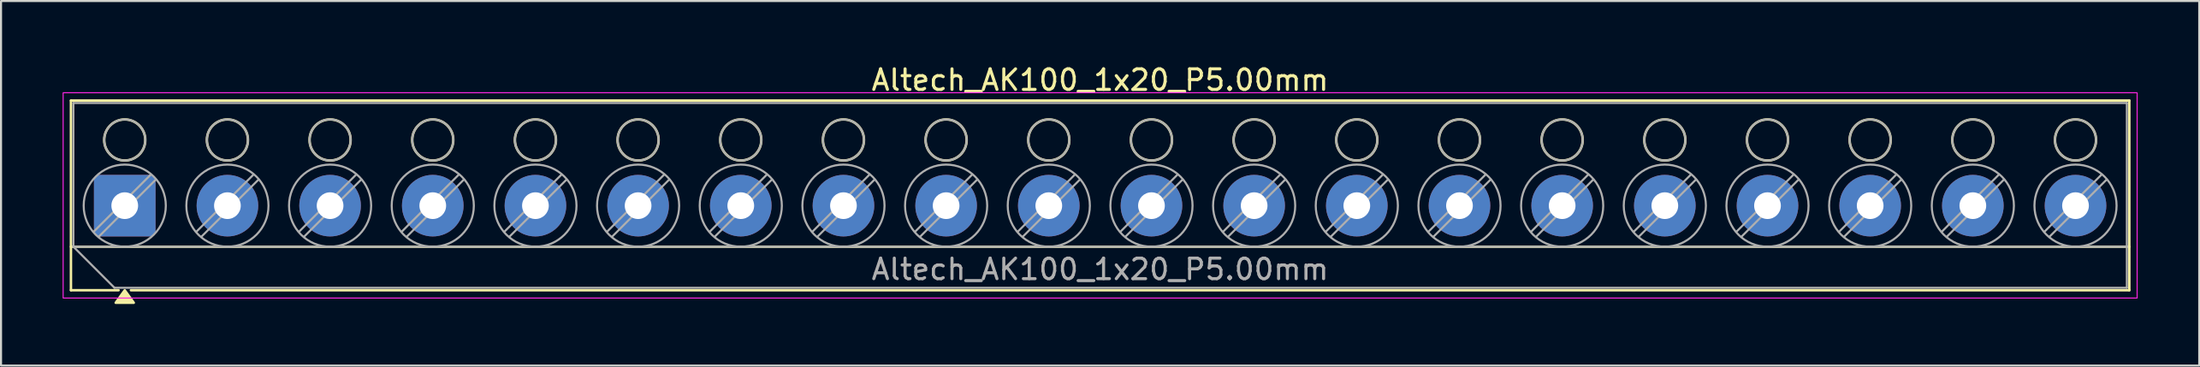
<source format=kicad_pcb>
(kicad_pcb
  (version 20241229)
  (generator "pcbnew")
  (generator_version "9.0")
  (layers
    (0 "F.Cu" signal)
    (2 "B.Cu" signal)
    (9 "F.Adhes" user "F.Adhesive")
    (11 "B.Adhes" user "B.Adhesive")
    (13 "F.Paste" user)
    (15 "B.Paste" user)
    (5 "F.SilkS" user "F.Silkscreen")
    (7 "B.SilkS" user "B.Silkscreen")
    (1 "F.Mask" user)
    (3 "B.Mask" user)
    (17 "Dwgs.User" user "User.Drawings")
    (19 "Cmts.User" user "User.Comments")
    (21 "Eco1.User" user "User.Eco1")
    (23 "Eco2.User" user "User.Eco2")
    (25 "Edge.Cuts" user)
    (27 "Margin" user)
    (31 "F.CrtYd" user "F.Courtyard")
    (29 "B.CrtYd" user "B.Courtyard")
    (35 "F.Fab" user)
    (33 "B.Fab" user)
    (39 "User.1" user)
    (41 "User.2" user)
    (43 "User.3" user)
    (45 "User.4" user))
  (footprint "Altech_AK100_1x20_P5.00mm"
    (layer "F.Cu")
    (at 3.025 6.968)
    (property "Reference" "Altech_AK100_1x20_P5.00mm" (at 47.5 -6.12 0) (layer "F.SilkS") (effects (font (size 1 1) (thickness 0.15))))
    (attr through_hole)
    (fp_line (start -2.62 -5.12) (end 97.62 -5.12) (stroke (width 0.12) (type solid)) (layer "F.SilkS"))
    (fp_line (start -2.62 2) (end 97.62 2) (stroke (width 0.12) (type solid)) (layer "F.SilkS"))
    (fp_line (start -2.62 4.12) (end -2.62 -5.12) (stroke (width 0.12) (type solid)) (layer "F.SilkS"))
    (fp_line (start -0.3 4.12) (end -2.62 4.12) (stroke (width 0.12) (type solid)) (layer "F.SilkS"))
    (fp_line (start 97.62 -5.12) (end 97.62 4.12) (stroke (width 0.12) (type solid)) (layer "F.SilkS"))
    (fp_line (start 97.62 4.12) (end 0.3 4.12) (stroke (width 0.12) (type solid)) (layer "F.SilkS"))
    (fp_circle (center 0 -3.2) (end 1 -3.2) (stroke (width 0.12) (type solid)) (fill no) (layer "F.SilkS"))
    (fp_circle (center 5 -3.2) (end 6 -3.2) (stroke (width 0.12) (type solid)) (fill no) (layer "F.SilkS"))
    (fp_circle (center 10 -3.2) (end 11 -3.2) (stroke (width 0.12) (type solid)) (fill no) (layer "F.SilkS"))
    (fp_circle (center 15 -3.2) (end 16 -3.2) (stroke (width 0.12) (type solid)) (fill no) (layer "F.SilkS"))
    (fp_circle (center 20 -3.2) (end 21 -3.2) (stroke (width 0.12) (type solid)) (fill no) (layer "F.SilkS"))
    (fp_circle (center 25 -3.2) (end 26 -3.2) (stroke (width 0.12) (type solid)) (fill no) (layer "F.SilkS"))
    (fp_circle (center 30 -3.2) (end 31 -3.2) (stroke (width 0.12) (type solid)) (fill no) (layer "F.SilkS"))
    (fp_circle (center 35 -3.2) (end 36 -3.2) (stroke (width 0.12) (type solid)) (fill no) (layer "F.SilkS"))
    (fp_circle (center 40 -3.2) (end 41 -3.2) (stroke (width 0.12) (type solid)) (fill no) (layer "F.SilkS"))
    (fp_circle (center 45 -3.2) (end 46 -3.2) (stroke (width 0.12) (type solid)) (fill no) (layer "F.SilkS"))
    (fp_circle (center 50 -3.2) (end 51 -3.2) (stroke (width 0.12) (type solid)) (fill no) (layer "F.SilkS"))
    (fp_circle (center 55 -3.2) (end 56 -3.2) (stroke (width 0.12) (type solid)) (fill no) (layer "F.SilkS"))
    (fp_circle (center 60 -3.2) (end 61 -3.2) (stroke (width 0.12) (type solid)) (fill no) (layer "F.SilkS"))
    (fp_circle (center 65 -3.2) (end 66 -3.2) (stroke (width 0.12) (type solid)) (fill no) (layer "F.SilkS"))
    (fp_circle (center 70 -3.2) (end 71 -3.2) (stroke (width 0.12) (type solid)) (fill no) (layer "F.SilkS"))
    (fp_circle (center 75 -3.2) (end 76 -3.2) (stroke (width 0.12) (type solid)) (fill no) (layer "F.SilkS"))
    (fp_circle (center 80 -3.2) (end 81 -3.2) (stroke (width 0.12) (type solid)) (fill no) (layer "F.SilkS"))
    (fp_circle (center 85 -3.2) (end 86 -3.2) (stroke (width 0.12) (type solid)) (fill no) (layer "F.SilkS"))
    (fp_circle (center 90 -3.2) (end 91 -3.2) (stroke (width 0.12) (type solid)) (fill no) (layer "F.SilkS"))
    (fp_circle (center 95 -3.2) (end 96 -3.2) (stroke (width 0.12) (type solid)) (fill no) (layer "F.SilkS"))
    (fp_poly (pts (xy 0 4.12) (xy 0.44 4.73) (xy -0.44 4.73)) (stroke (width 0.12) (type solid)) (fill yes) (layer "F.SilkS"))
    (fp_rect (start -3 -5.5) (end 98 4.5) (stroke (width 0.05) (type solid)) (fill no) (layer "F.CrtYd"))
    (fp_line (start -2.5 -5) (end 97.5 -5) (stroke (width 0.1) (type solid)) (layer "F.Fab"))
    (fp_line (start -2.5 2) (end -2.5 -5) (stroke (width 0.1) (type solid)) (layer "F.Fab"))
    (fp_line (start -2.5 2) (end 97.5 2) (stroke (width 0.1) (type solid)) (layer "F.Fab"))
    (fp_line (start -0.5 4) (end -2.5 2) (stroke (width 0.1) (type solid)) (layer "F.Fab"))
    (fp_line (start 1.273 -1.517) (end -1.517 1.273) (stroke (width 0.1) (type solid)) (layer "F.Fab"))
    (fp_line (start 1.517 -1.273) (end -1.273 1.517) (stroke (width 0.1) (type solid)) (layer "F.Fab"))
    (fp_line (start 6.273 -1.517) (end 3.483 1.273) (stroke (width 0.1) (type solid)) (layer "F.Fab"))
    (fp_line (start 6.517 -1.273) (end 3.727 1.517) (stroke (width 0.1) (type solid)) (layer "F.Fab"))
    (fp_line (start 11.273 -1.517) (end 8.483 1.273) (stroke (width 0.1) (type solid)) (layer "F.Fab"))
    (fp_line (start 11.517 -1.273) (end 8.727 1.517) (stroke (width 0.1) (type solid)) (layer "F.Fab"))
    (fp_line (start 16.273 -1.517) (end 13.483 1.273) (stroke (width 0.1) (type solid)) (layer "F.Fab"))
    (fp_line (start 16.517 -1.273) (end 13.727 1.517) (stroke (width 0.1) (type solid)) (layer "F.Fab"))
    (fp_line (start 21.273 -1.517) (end 18.483 1.273) (stroke (width 0.1) (type solid)) (layer "F.Fab"))
    (fp_line (start 21.517 -1.273) (end 18.727 1.517) (stroke (width 0.1) (type solid)) (layer "F.Fab"))
    (fp_line (start 26.273 -1.517) (end 23.483 1.273) (stroke (width 0.1) (type solid)) (layer "F.Fab"))
    (fp_line (start 26.517 -1.273) (end 23.727 1.517) (stroke (width 0.1) (type solid)) (layer "F.Fab"))
    (fp_line (start 31.273 -1.517) (end 28.483 1.273) (stroke (width 0.1) (type solid)) (layer "F.Fab"))
    (fp_line (start 31.517 -1.273) (end 28.727 1.517) (stroke (width 0.1) (type solid)) (layer "F.Fab"))
    (fp_line (start 36.273 -1.517) (end 33.483 1.273) (stroke (width 0.1) (type solid)) (layer "F.Fab"))
    (fp_line (start 36.517 -1.273) (end 33.727 1.517) (stroke (width 0.1) (type solid)) (layer "F.Fab"))
    (fp_line (start 41.273 -1.517) (end 38.483 1.273) (stroke (width 0.1) (type solid)) (layer "F.Fab"))
    (fp_line (start 41.517 -1.273) (end 38.727 1.517) (stroke (width 0.1) (type solid)) (layer "F.Fab"))
    (fp_line (start 46.273 -1.517) (end 43.483 1.273) (stroke (width 0.1) (type solid)) (layer "F.Fab"))
    (fp_line (start 46.517 -1.273) (end 43.727 1.517) (stroke (width 0.1) (type solid)) (layer "F.Fab"))
    (fp_line (start 51.273 -1.517) (end 48.483 1.273) (stroke (width 0.1) (type solid)) (layer "F.Fab"))
    (fp_line (start 51.517 -1.273) (end 48.727 1.517) (stroke (width 0.1) (type solid)) (layer "F.Fab"))
    (fp_line (start 56.273 -1.517) (end 53.483 1.273) (stroke (width 0.1) (type solid)) (layer "F.Fab"))
    (fp_line (start 56.517 -1.273) (end 53.727 1.517) (stroke (width 0.1) (type solid)) (layer "F.Fab"))
    (fp_line (start 61.273 -1.517) (end 58.483 1.273) (stroke (width 0.1) (type solid)) (layer "F.Fab"))
    (fp_line (start 61.517 -1.273) (end 58.727 1.517) (stroke (width 0.1) (type solid)) (layer "F.Fab"))
    (fp_line (start 66.273 -1.517) (end 63.483 1.273) (stroke (width 0.1) (type solid)) (layer "F.Fab"))
    (fp_line (start 66.517 -1.273) (end 63.727 1.517) (stroke (width 0.1) (type solid)) (layer "F.Fab"))
    (fp_line (start 71.273 -1.517) (end 68.483 1.273) (stroke (width 0.1) (type solid)) (layer "F.Fab"))
    (fp_line (start 71.517 -1.273) (end 68.727 1.517) (stroke (width 0.1) (type solid)) (layer "F.Fab"))
    (fp_line (start 76.273 -1.517) (end 73.483 1.273) (stroke (width 0.1) (type solid)) (layer "F.Fab"))
    (fp_line (start 76.517 -1.273) (end 73.727 1.517) (stroke (width 0.1) (type solid)) (layer "F.Fab"))
    (fp_line (start 81.273 -1.517) (end 78.483 1.273) (stroke (width 0.1) (type solid)) (layer "F.Fab"))
    (fp_line (start 81.517 -1.273) (end 78.727 1.517) (stroke (width 0.1) (type solid)) (layer "F.Fab"))
    (fp_line (start 86.273 -1.517) (end 83.483 1.273) (stroke (width 0.1) (type solid)) (layer "F.Fab"))
    (fp_line (start 86.517 -1.273) (end 83.727 1.517) (stroke (width 0.1) (type solid)) (layer "F.Fab"))
    (fp_line (start 91.273 -1.517) (end 88.483 1.273) (stroke (width 0.1) (type solid)) (layer "F.Fab"))
    (fp_line (start 91.517 -1.273) (end 88.727 1.517) (stroke (width 0.1) (type solid)) (layer "F.Fab"))
    (fp_line (start 96.273 -1.517) (end 93.483 1.273) (stroke (width 0.1) (type solid)) (layer "F.Fab"))
    (fp_line (start 96.517 -1.273) (end 93.727 1.517) (stroke (width 0.1) (type solid)) (layer "F.Fab"))
    (fp_line (start 97.5 -5) (end 97.5 4) (stroke (width 0.1) (type solid)) (layer "F.Fab"))
    (fp_line (start 97.5 4) (end -0.5 4) (stroke (width 0.1) (type solid)) (layer "F.Fab"))
    (fp_circle (center 0 -3.2) (end 1 -3.2) (stroke (width 0.1) (type solid)) (fill no) (layer "F.Fab"))
    (fp_circle (center 0 0) (end 2 0) (stroke (width 0.1) (type solid)) (fill no) (layer "F.Fab"))
    (fp_circle (center 5 -3.2) (end 6 -3.2) (stroke (width 0.1) (type solid)) (fill no) (layer "F.Fab"))
    (fp_circle (center 5 0) (end 7 0) (stroke (width 0.1) (type solid)) (fill no) (layer "F.Fab"))
    (fp_circle (center 10 -3.2) (end 11 -3.2) (stroke (width 0.1) (type solid)) (fill no) (layer "F.Fab"))
    (fp_circle (center 10 0) (end 12 0) (stroke (width 0.1) (type solid)) (fill no) (layer "F.Fab"))
    (fp_circle (center 15 -3.2) (end 16 -3.2) (stroke (width 0.1) (type solid)) (fill no) (layer "F.Fab"))
    (fp_circle (center 15 0) (end 17 0) (stroke (width 0.1) (type solid)) (fill no) (layer "F.Fab"))
    (fp_circle (center 20 -3.2) (end 21 -3.2) (stroke (width 0.1) (type solid)) (fill no) (layer "F.Fab"))
    (fp_circle (center 20 0) (end 22 0) (stroke (width 0.1) (type solid)) (fill no) (layer "F.Fab"))
    (fp_circle (center 25 -3.2) (end 26 -3.2) (stroke (width 0.1) (type solid)) (fill no) (layer "F.Fab"))
    (fp_circle (center 25 0) (end 27 0) (stroke (width 0.1) (type solid)) (fill no) (layer "F.Fab"))
    (fp_circle (center 30 -3.2) (end 31 -3.2) (stroke (width 0.1) (type solid)) (fill no) (layer "F.Fab"))
    (fp_circle (center 30 0) (end 32 0) (stroke (width 0.1) (type solid)) (fill no) (layer "F.Fab"))
    (fp_circle (center 35 -3.2) (end 36 -3.2) (stroke (width 0.1) (type solid)) (fill no) (layer "F.Fab"))
    (fp_circle (center 35 0) (end 37 0) (stroke (width 0.1) (type solid)) (fill no) (layer "F.Fab"))
    (fp_circle (center 40 -3.2) (end 41 -3.2) (stroke (width 0.1) (type solid)) (fill no) (layer "F.Fab"))
    (fp_circle (center 40 0) (end 42 0) (stroke (width 0.1) (type solid)) (fill no) (layer "F.Fab"))
    (fp_circle (center 45 -3.2) (end 46 -3.2) (stroke (width 0.1) (type solid)) (fill no) (layer "F.Fab"))
    (fp_circle (center 45 0) (end 47 0) (stroke (width 0.1) (type solid)) (fill no) (layer "F.Fab"))
    (fp_circle (center 50 -3.2) (end 51 -3.2) (stroke (width 0.1) (type solid)) (fill no) (layer "F.Fab"))
    (fp_circle (center 50 0) (end 52 0) (stroke (width 0.1) (type solid)) (fill no) (layer "F.Fab"))
    (fp_circle (center 55 -3.2) (end 56 -3.2) (stroke (width 0.1) (type solid)) (fill no) (layer "F.Fab"))
    (fp_circle (center 55 0) (end 57 0) (stroke (width 0.1) (type solid)) (fill no) (layer "F.Fab"))
    (fp_circle (center 60 -3.2) (end 61 -3.2) (stroke (width 0.1) (type solid)) (fill no) (layer "F.Fab"))
    (fp_circle (center 60 0) (end 62 0) (stroke (width 0.1) (type solid)) (fill no) (layer "F.Fab"))
    (fp_circle (center 65 -3.2) (end 66 -3.2) (stroke (width 0.1) (type solid)) (fill no) (layer "F.Fab"))
    (fp_circle (center 65 0) (end 67 0) (stroke (width 0.1) (type solid)) (fill no) (layer "F.Fab"))
    (fp_circle (center 70 -3.2) (end 71 -3.2) (stroke (width 0.1) (type solid)) (fill no) (layer "F.Fab"))
    (fp_circle (center 70 0) (end 72 0) (stroke (width 0.1) (type solid)) (fill no) (layer "F.Fab"))
    (fp_circle (center 75 -3.2) (end 76 -3.2) (stroke (width 0.1) (type solid)) (fill no) (layer "F.Fab"))
    (fp_circle (center 75 0) (end 77 0) (stroke (width 0.1) (type solid)) (fill no) (layer "F.Fab"))
    (fp_circle (center 80 -3.2) (end 81 -3.2) (stroke (width 0.1) (type solid)) (fill no) (layer "F.Fab"))
    (fp_circle (center 80 0) (end 82 0) (stroke (width 0.1) (type solid)) (fill no) (layer "F.Fab"))
    (fp_circle (center 85 -3.2) (end 86 -3.2) (stroke (width 0.1) (type solid)) (fill no) (layer "F.Fab"))
    (fp_circle (center 85 0) (end 87 0) (stroke (width 0.1) (type solid)) (fill no) (layer "F.Fab"))
    (fp_circle (center 90 -3.2) (end 91 -3.2) (stroke (width 0.1) (type solid)) (fill no) (layer "F.Fab"))
    (fp_circle (center 90 0) (end 92 0) (stroke (width 0.1) (type solid)) (fill no) (layer "F.Fab"))
    (fp_circle (center 95 -3.2) (end 96 -3.2) (stroke (width 0.1) (type solid)) (fill no) (layer "F.Fab"))
    (fp_circle (center 95 0) (end 97 0) (stroke (width 0.1) (type solid)) (fill no) (layer "F.Fab"))
    (fp_text user "${REFERENCE}" (at 47.5 3.1 0) (layer "F.Fab") (effects (font (size 1 1) (thickness 0.15))))
    (pad "1" thru_hole roundrect (at 0 0) (size 3 3) (drill 1.3) (layers "*.Cu" "*.Mask") (roundrect_rratio 0.083))
    (pad "2" thru_hole circle (at 5 0) (size 3 3) (drill 1.3) (layers "*.Cu" "*.Mask"))
    (pad "3" thru_hole circle (at 10 0) (size 3 3) (drill 1.3) (layers "*.Cu" "*.Mask"))
    (pad "4" thru_hole circle (at 15 0) (size 3 3) (drill 1.3) (layers "*.Cu" "*.Mask"))
    (pad "5" thru_hole circle (at 20 0) (size 3 3) (drill 1.3) (layers "*.Cu" "*.Mask"))
    (pad "6" thru_hole circle (at 25 0) (size 3 3) (drill 1.3) (layers "*.Cu" "*.Mask"))
    (pad "7" thru_hole circle (at 30 0) (size 3 3) (drill 1.3) (layers "*.Cu" "*.Mask"))
    (pad "8" thru_hole circle (at 35 0) (size 3 3) (drill 1.3) (layers "*.Cu" "*.Mask"))
    (pad "9" thru_hole circle (at 40 0) (size 3 3) (drill 1.3) (layers "*.Cu" "*.Mask"))
    (pad "10" thru_hole circle (at 45 0) (size 3 3) (drill 1.3) (layers "*.Cu" "*.Mask"))
    (pad "11" thru_hole circle (at 50 0) (size 3 3) (drill 1.3) (layers "*.Cu" "*.Mask"))
    (pad "12" thru_hole circle (at 55 0) (size 3 3) (drill 1.3) (layers "*.Cu" "*.Mask"))
    (pad "13" thru_hole circle (at 60 0) (size 3 3) (drill 1.3) (layers "*.Cu" "*.Mask"))
    (pad "14" thru_hole circle (at 65 0) (size 3 3) (drill 1.3) (layers "*.Cu" "*.Mask"))
    (pad "15" thru_hole circle (at 70 0) (size 3 3) (drill 1.3) (layers "*.Cu" "*.Mask"))
    (pad "16" thru_hole circle (at 75 0) (size 3 3) (drill 1.3) (layers "*.Cu" "*.Mask"))
    (pad "17" thru_hole circle (at 80 0) (size 3 3) (drill 1.3) (layers "*.Cu" "*.Mask"))
    (pad "18" thru_hole circle (at 85 0) (size 3 3) (drill 1.3) (layers "*.Cu" "*.Mask"))
    (pad "19" thru_hole circle (at 90 0) (size 3 3) (drill 1.3) (layers "*.Cu" "*.Mask"))
    (pad "20" thru_hole circle (at 95 0) (size 3 3) (drill 1.3) (layers "*.Cu" "*.Mask")))
  (gr_rect
    (start -3 -3)
    (end 104.05 14.758)
    (stroke (width 0.1) (type default))
    (fill no)
    (layer "Edge.Cuts")))
</source>
